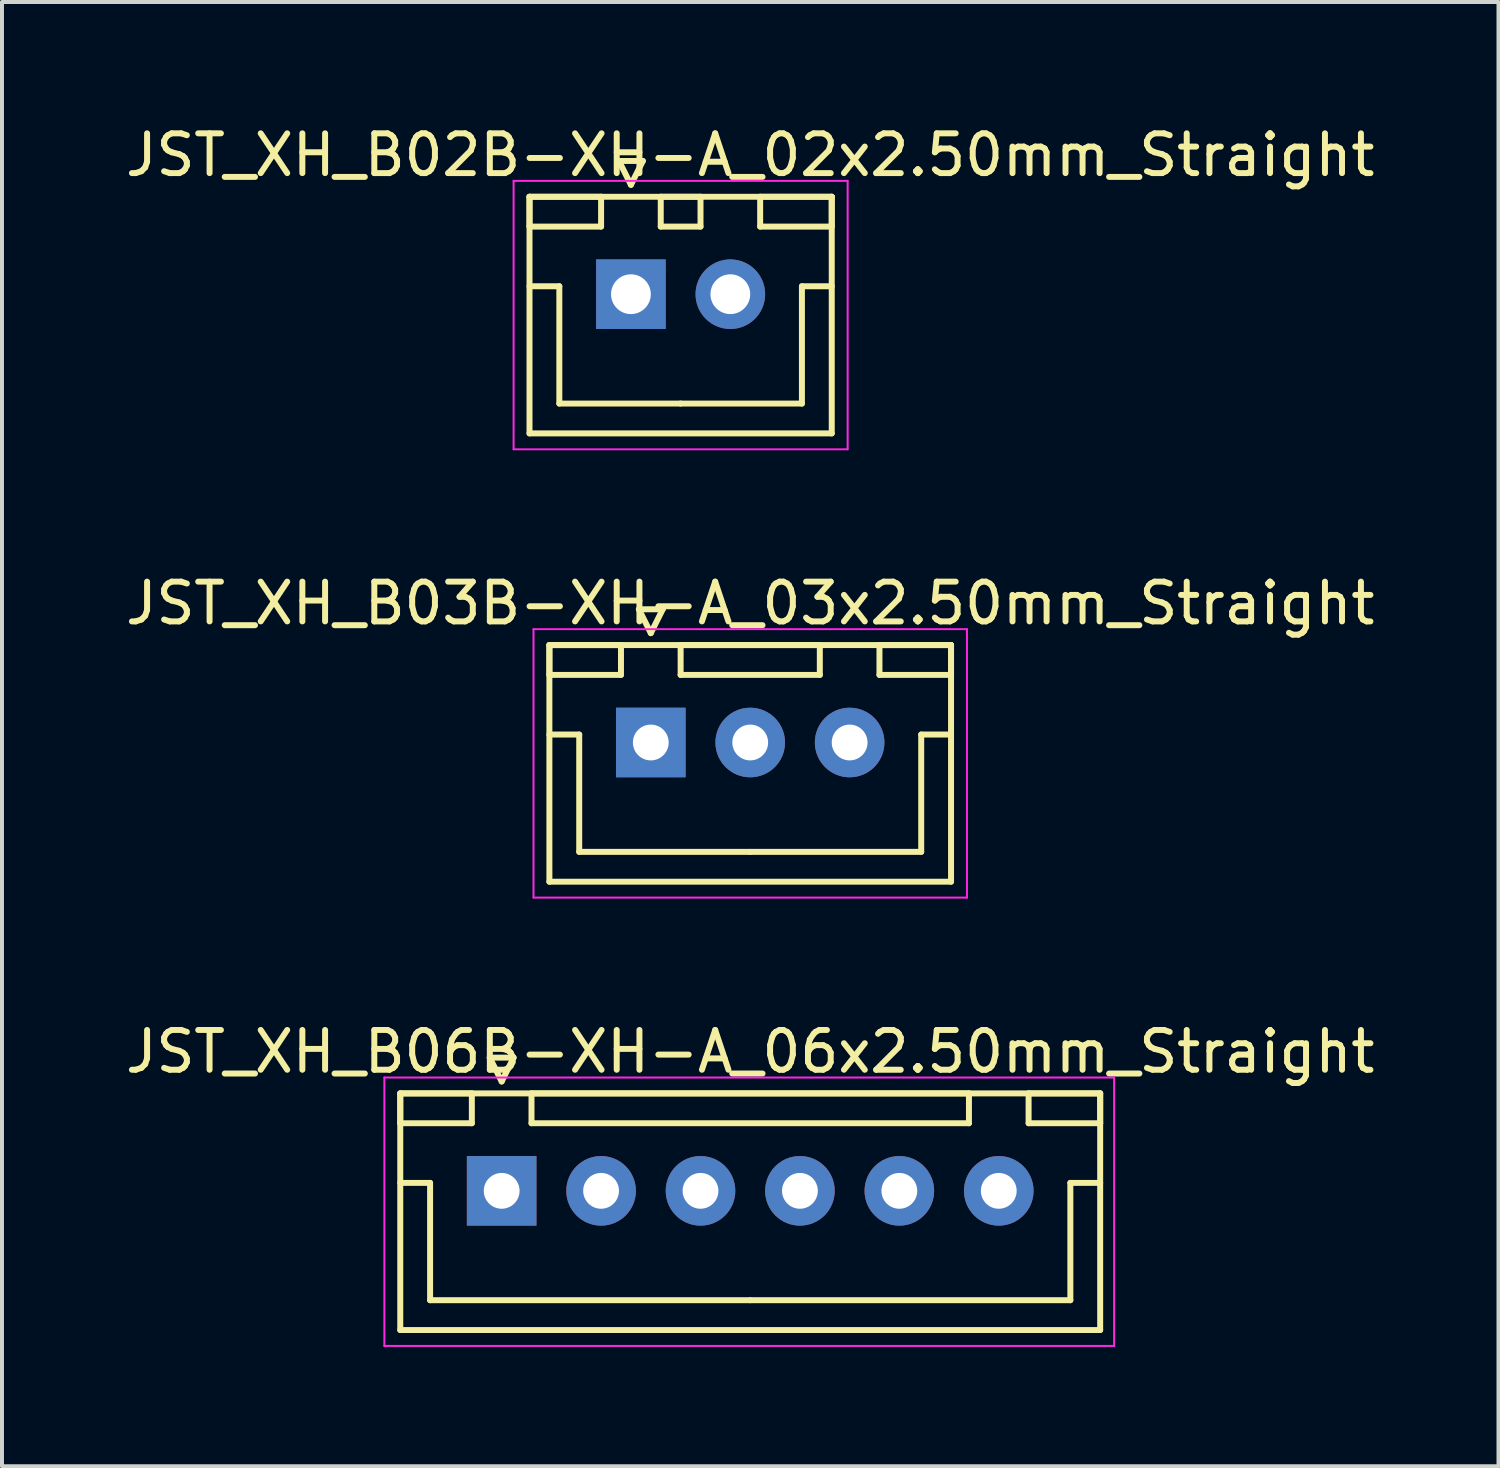
<source format=kicad_pcb>
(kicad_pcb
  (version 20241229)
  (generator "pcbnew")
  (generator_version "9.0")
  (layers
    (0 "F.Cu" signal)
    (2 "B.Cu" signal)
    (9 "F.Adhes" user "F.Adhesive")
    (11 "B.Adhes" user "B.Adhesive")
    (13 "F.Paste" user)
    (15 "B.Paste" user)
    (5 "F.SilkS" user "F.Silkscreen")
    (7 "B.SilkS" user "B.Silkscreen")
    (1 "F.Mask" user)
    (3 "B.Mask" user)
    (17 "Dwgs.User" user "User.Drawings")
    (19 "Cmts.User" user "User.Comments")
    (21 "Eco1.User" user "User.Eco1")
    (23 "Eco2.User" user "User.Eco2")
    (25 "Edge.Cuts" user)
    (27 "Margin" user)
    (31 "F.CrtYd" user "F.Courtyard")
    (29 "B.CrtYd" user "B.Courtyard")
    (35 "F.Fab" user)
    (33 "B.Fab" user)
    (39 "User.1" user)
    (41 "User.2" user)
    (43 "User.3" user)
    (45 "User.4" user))
  (footprint "JST_XH_B06B-XH-A_06x2.50mm_Straight"
    (layer "F.Cu")
    (at 15.815 26.895)
    (property "Reference" "JST_XH_B06B-XH-A_06x2.50mm_Straight" (at 0 -3.5 0) (layer "F.SilkS") (effects (font (size 1 1) (thickness 0.15))))
    (attr through_hole)
    (fp_line (start -8.8 -2.45) (end -8.8 -1.7) (stroke (width 0.15) (type solid)) (layer "F.SilkS"))
    (fp_line (start -8.8 -2.45) (end -8.8 3.5) (stroke (width 0.15) (type solid)) (layer "F.SilkS"))
    (fp_line (start -8.8 -1.7) (end -7 -1.7) (stroke (width 0.15) (type solid)) (layer "F.SilkS"))
    (fp_line (start -8.8 -0.2) (end -8.05 -0.2) (stroke (width 0.15) (type solid)) (layer "F.SilkS"))
    (fp_line (start -8.8 3.5) (end 8.8 3.5) (stroke (width 0.15) (type solid)) (layer "F.SilkS"))
    (fp_line (start -8.05 -0.2) (end -8.05 2.75) (stroke (width 0.15) (type solid)) (layer "F.SilkS"))
    (fp_line (start -8.05 2.75) (end 0 2.75) (stroke (width 0.15) (type solid)) (layer "F.SilkS"))
    (fp_line (start -7 -2.45) (end -8.8 -2.45) (stroke (width 0.15) (type solid)) (layer "F.SilkS"))
    (fp_line (start -7 -1.7) (end -7 -2.45) (stroke (width 0.15) (type solid)) (layer "F.SilkS"))
    (fp_line (start -6.55 -3.35) (end -5.95 -3.35) (stroke (width 0.15) (type solid)) (layer "F.SilkS"))
    (fp_line (start -6.25 -2.75) (end -6.55 -3.35) (stroke (width 0.15) (type solid)) (layer "F.SilkS"))
    (fp_line (start -5.95 -3.35) (end -6.25 -2.75) (stroke (width 0.15) (type solid)) (layer "F.SilkS"))
    (fp_line (start -5.5 -2.45) (end -5.5 -1.7) (stroke (width 0.15) (type solid)) (layer "F.SilkS"))
    (fp_line (start -5.5 -1.7) (end 5.5 -1.7) (stroke (width 0.15) (type solid)) (layer "F.SilkS"))
    (fp_line (start 5.5 -2.45) (end -5.5 -2.45) (stroke (width 0.15) (type solid)) (layer "F.SilkS"))
    (fp_line (start 5.5 -1.7) (end 5.5 -2.45) (stroke (width 0.15) (type solid)) (layer "F.SilkS"))
    (fp_line (start 7 -2.45) (end 7 -1.7) (stroke (width 0.15) (type solid)) (layer "F.SilkS"))
    (fp_line (start 7 -1.7) (end 8.8 -1.7) (stroke (width 0.15) (type solid)) (layer "F.SilkS"))
    (fp_line (start 8.05 -0.2) (end 8.05 2.75) (stroke (width 0.15) (type solid)) (layer "F.SilkS"))
    (fp_line (start 8.05 2.75) (end 0 2.75) (stroke (width 0.15) (type solid)) (layer "F.SilkS"))
    (fp_line (start 8.8 -2.45) (end -8.8 -2.45) (stroke (width 0.15) (type solid)) (layer "F.SilkS"))
    (fp_line (start 8.8 -2.45) (end 7 -2.45) (stroke (width 0.15) (type solid)) (layer "F.SilkS"))
    (fp_line (start 8.8 -1.7) (end 8.8 -2.45) (stroke (width 0.15) (type solid)) (layer "F.SilkS"))
    (fp_line (start 8.8 -0.2) (end 8.05 -0.2) (stroke (width 0.15) (type solid)) (layer "F.SilkS"))
    (fp_line (start 8.8 3.5) (end 8.8 -2.45) (stroke (width 0.15) (type solid)) (layer "F.SilkS"))
    (fp_line (start -9.2 -2.85) (end -9.2 3.9) (stroke (width 0.05) (type solid)) (layer "F.CrtYd"))
    (fp_line (start -9.2 3.9) (end 9.15 3.9) (stroke (width 0.05) (type solid)) (layer "F.CrtYd"))
    (fp_line (start 9.15 -2.85) (end -9.2 -2.85) (stroke (width 0.05) (type solid)) (layer "F.CrtYd"))
    (fp_line (start 9.15 3.9) (end 9.15 -2.85) (stroke (width 0.05) (type solid)) (layer "F.CrtYd"))
    (pad "1" thru_hole rect (at -6.25 0) (size 1.75 1.75) (drill 0.9) (layers "*.Cu" "*.Mask"))
    (pad "2" thru_hole circle (at -3.75 0) (size 1.75 1.75) (drill 0.9) (layers "*.Cu" "*.Mask"))
    (pad "3" thru_hole circle (at -1.25 0) (size 1.75 1.75) (drill 0.9) (layers "*.Cu" "*.Mask"))
    (pad "4" thru_hole circle (at 1.25 0) (size 1.75 1.75) (drill 0.9) (layers "*.Cu" "*.Mask"))
    (pad "5" thru_hole circle (at 3.75 0) (size 1.75 1.75) (drill 0.9) (layers "*.Cu" "*.Mask"))
    (pad "6" thru_hole circle (at 6.25 0) (size 1.75 1.75) (drill 0.9) (layers "*.Cu" "*.Mask")))
  (footprint "JST_XH_B02B-XH-A_02x2.50mm_Straight"
    (layer "F.Cu")
    (at 14.065 4.348)
    (property "Reference" "JST_XH_B02B-XH-A_02x2.50mm_Straight" (at 1.75 -3.5 0) (layer "F.SilkS") (effects (font (size 1 1) (thickness 0.15))))
    (attr through_hole)
    (fp_line (start -3.8 -2.45) (end -3.8 -1.7) (stroke (width 0.15) (type solid)) (layer "F.SilkS"))
    (fp_line (start -3.8 -2.45) (end -3.8 3.5) (stroke (width 0.15) (type solid)) (layer "F.SilkS"))
    (fp_line (start -3.8 -1.7) (end -2 -1.7) (stroke (width 0.15) (type solid)) (layer "F.SilkS"))
    (fp_line (start -3.8 -0.2) (end -3.05 -0.2) (stroke (width 0.15) (type solid)) (layer "F.SilkS"))
    (fp_line (start -3.8 3.5) (end 3.8 3.5) (stroke (width 0.15) (type solid)) (layer "F.SilkS"))
    (fp_line (start -3.05 -0.2) (end -3.05 2.75) (stroke (width 0.15) (type solid)) (layer "F.SilkS"))
    (fp_line (start -3.05 2.75) (end 0 2.75) (stroke (width 0.15) (type solid)) (layer "F.SilkS"))
    (fp_line (start -2 -2.45) (end -3.8 -2.45) (stroke (width 0.15) (type solid)) (layer "F.SilkS"))
    (fp_line (start -2 -1.7) (end -2 -2.45) (stroke (width 0.15) (type solid)) (layer "F.SilkS"))
    (fp_line (start -1.55 -3.35) (end -0.95 -3.35) (stroke (width 0.15) (type solid)) (layer "F.SilkS"))
    (fp_line (start -1.25 -2.75) (end -1.55 -3.35) (stroke (width 0.15) (type solid)) (layer "F.SilkS"))
    (fp_line (start -0.95 -3.35) (end -1.25 -2.75) (stroke (width 0.15) (type solid)) (layer "F.SilkS"))
    (fp_line (start -0.5 -2.45) (end -0.5 -1.7) (stroke (width 0.15) (type solid)) (layer "F.SilkS"))
    (fp_line (start -0.5 -1.7) (end 0.5 -1.7) (stroke (width 0.15) (type solid)) (layer "F.SilkS"))
    (fp_line (start 0.5 -2.45) (end -0.5 -2.45) (stroke (width 0.15) (type solid)) (layer "F.SilkS"))
    (fp_line (start 0.5 -1.7) (end 0.5 -2.45) (stroke (width 0.15) (type solid)) (layer "F.SilkS"))
    (fp_line (start 2 -2.45) (end 2 -1.7) (stroke (width 0.15) (type solid)) (layer "F.SilkS"))
    (fp_line (start 2 -1.7) (end 3.8 -1.7) (stroke (width 0.15) (type solid)) (layer "F.SilkS"))
    (fp_line (start 3.05 -0.2) (end 3.05 2.75) (stroke (width 0.15) (type solid)) (layer "F.SilkS"))
    (fp_line (start 3.05 2.75) (end 0 2.75) (stroke (width 0.15) (type solid)) (layer "F.SilkS"))
    (fp_line (start 3.8 -2.45) (end -3.8 -2.45) (stroke (width 0.15) (type solid)) (layer "F.SilkS"))
    (fp_line (start 3.8 -2.45) (end 2 -2.45) (stroke (width 0.15) (type solid)) (layer "F.SilkS"))
    (fp_line (start 3.8 -1.7) (end 3.8 -2.45) (stroke (width 0.15) (type solid)) (layer "F.SilkS"))
    (fp_line (start 3.8 -0.2) (end 3.05 -0.2) (stroke (width 0.15) (type solid)) (layer "F.SilkS"))
    (fp_line (start 3.8 3.5) (end 3.8 -2.45) (stroke (width 0.15) (type solid)) (layer "F.SilkS"))
    (fp_line (start -4.2 -2.85) (end -4.2 3.9) (stroke (width 0.05) (type solid)) (layer "F.CrtYd"))
    (fp_line (start -4.2 3.9) (end 4.2 3.9) (stroke (width 0.05) (type solid)) (layer "F.CrtYd"))
    (fp_line (start 4.2 -2.85) (end -4.2 -2.85) (stroke (width 0.05) (type solid)) (layer "F.CrtYd"))
    (fp_line (start 4.2 3.9) (end 4.2 -2.85) (stroke (width 0.05) (type solid)) (layer "F.CrtYd"))
    (pad "1" thru_hole rect (at -1.25 0) (size 1.75 1.75) (drill 1) (layers "*.Cu" "*.Mask"))
    (pad "2" thru_hole circle (at 1.25 0) (size 1.75 1.75) (drill 1) (layers "*.Cu" "*.Mask")))
  (footprint "JST_XH_B03B-XH-A_03x2.50mm_Straight"
    (layer "F.Cu")
    (at 15.815 15.621)
    (property "Reference" "JST_XH_B03B-XH-A_03x2.50mm_Straight" (at 0 -3.5 0) (layer "F.SilkS") (effects (font (size 1 1) (thickness 0.15))))
    (attr through_hole)
    (fp_line (start -5.05 -2.45) (end -5.05 -1.7) (stroke (width 0.15) (type solid)) (layer "F.SilkS"))
    (fp_line (start -5.05 -2.45) (end -5.05 3.5) (stroke (width 0.15) (type solid)) (layer "F.SilkS"))
    (fp_line (start -5.05 -1.7) (end -3.25 -1.7) (stroke (width 0.15) (type solid)) (layer "F.SilkS"))
    (fp_line (start -5.05 -0.2) (end -4.3 -0.2) (stroke (width 0.15) (type solid)) (layer "F.SilkS"))
    (fp_line (start -5.05 3.5) (end 5.05 3.5) (stroke (width 0.15) (type solid)) (layer "F.SilkS"))
    (fp_line (start -4.3 -0.2) (end -4.3 2.75) (stroke (width 0.15) (type solid)) (layer "F.SilkS"))
    (fp_line (start -4.3 2.75) (end 0 2.75) (stroke (width 0.15) (type solid)) (layer "F.SilkS"))
    (fp_line (start -3.25 -2.45) (end -5.05 -2.45) (stroke (width 0.15) (type solid)) (layer "F.SilkS"))
    (fp_line (start -3.25 -1.7) (end -3.25 -2.45) (stroke (width 0.15) (type solid)) (layer "F.SilkS"))
    (fp_line (start -2.8 -3.35) (end -2.2 -3.35) (stroke (width 0.15) (type solid)) (layer "F.SilkS"))
    (fp_line (start -2.5 -2.75) (end -2.8 -3.35) (stroke (width 0.15) (type solid)) (layer "F.SilkS"))
    (fp_line (start -2.2 -3.35) (end -2.5 -2.75) (stroke (width 0.15) (type solid)) (layer "F.SilkS"))
    (fp_line (start -1.75 -2.45) (end -1.75 -1.7) (stroke (width 0.15) (type solid)) (layer "F.SilkS"))
    (fp_line (start -1.75 -1.7) (end 1.75 -1.7) (stroke (width 0.15) (type solid)) (layer "F.SilkS"))
    (fp_line (start 1.75 -2.45) (end -1.75 -2.45) (stroke (width 0.15) (type solid)) (layer "F.SilkS"))
    (fp_line (start 1.75 -1.7) (end 1.75 -2.45) (stroke (width 0.15) (type solid)) (layer "F.SilkS"))
    (fp_line (start 3.25 -2.45) (end 3.25 -1.7) (stroke (width 0.15) (type solid)) (layer "F.SilkS"))
    (fp_line (start 3.25 -1.7) (end 5.05 -1.7) (stroke (width 0.15) (type solid)) (layer "F.SilkS"))
    (fp_line (start 4.3 -0.2) (end 4.3 2.75) (stroke (width 0.15) (type solid)) (layer "F.SilkS"))
    (fp_line (start 4.3 2.75) (end 0 2.75) (stroke (width 0.15) (type solid)) (layer "F.SilkS"))
    (fp_line (start 5.05 -2.45) (end -5.05 -2.45) (stroke (width 0.15) (type solid)) (layer "F.SilkS"))
    (fp_line (start 5.05 -2.45) (end 3.25 -2.45) (stroke (width 0.15) (type solid)) (layer "F.SilkS"))
    (fp_line (start 5.05 -1.7) (end 5.05 -2.45) (stroke (width 0.15) (type solid)) (layer "F.SilkS"))
    (fp_line (start 5.05 -0.2) (end 4.3 -0.2) (stroke (width 0.15) (type solid)) (layer "F.SilkS"))
    (fp_line (start 5.05 3.5) (end 5.05 -2.45) (stroke (width 0.15) (type solid)) (layer "F.SilkS"))
    (fp_line (start -5.45 -2.85) (end -5.45 3.9) (stroke (width 0.05) (type solid)) (layer "F.CrtYd"))
    (fp_line (start -5.45 3.9) (end 5.45 3.9) (stroke (width 0.05) (type solid)) (layer "F.CrtYd"))
    (fp_line (start 5.45 -2.85) (end -5.45 -2.85) (stroke (width 0.05) (type solid)) (layer "F.CrtYd"))
    (fp_line (start 5.45 3.9) (end 5.45 -2.85) (stroke (width 0.05) (type solid)) (layer "F.CrtYd"))
    (pad "1" thru_hole rect (at -2.5 0) (size 1.75 1.75) (drill 0.9) (layers "*.Cu" "*.Mask"))
    (pad "2" thru_hole circle (at 0 0) (size 1.75 1.75) (drill 0.9) (layers "*.Cu" "*.Mask"))
    (pad "3" thru_hole circle (at 2.5 0) (size 1.75 1.75) (drill 0.9) (layers "*.Cu" "*.Mask")))
  (gr_rect
    (start -3 -3)
    (end 34.631 33.82)
    (stroke (width 0.1) (type default))
    (fill no)
    (layer "Edge.Cuts")))
</source>
